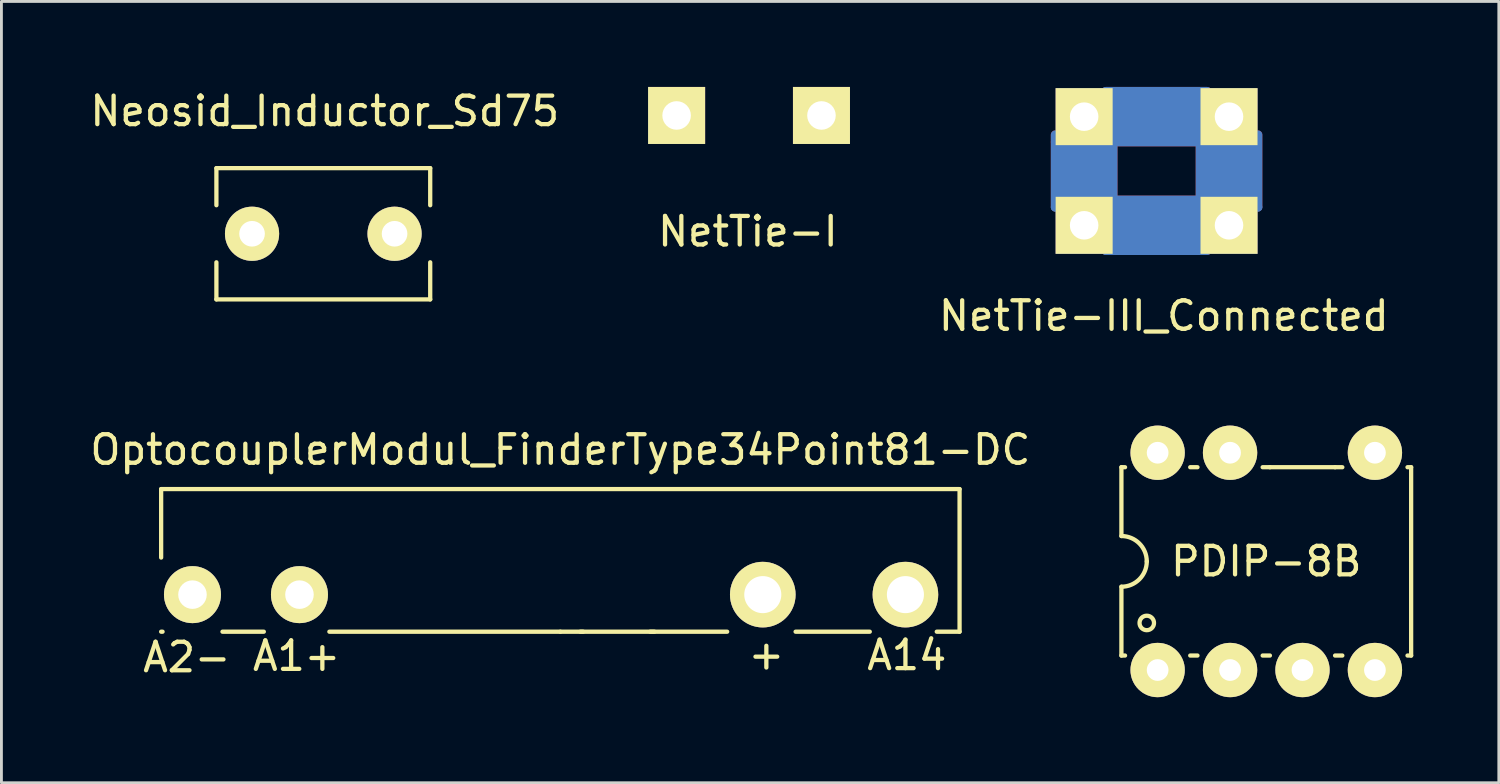
<source format=kicad_pcb>
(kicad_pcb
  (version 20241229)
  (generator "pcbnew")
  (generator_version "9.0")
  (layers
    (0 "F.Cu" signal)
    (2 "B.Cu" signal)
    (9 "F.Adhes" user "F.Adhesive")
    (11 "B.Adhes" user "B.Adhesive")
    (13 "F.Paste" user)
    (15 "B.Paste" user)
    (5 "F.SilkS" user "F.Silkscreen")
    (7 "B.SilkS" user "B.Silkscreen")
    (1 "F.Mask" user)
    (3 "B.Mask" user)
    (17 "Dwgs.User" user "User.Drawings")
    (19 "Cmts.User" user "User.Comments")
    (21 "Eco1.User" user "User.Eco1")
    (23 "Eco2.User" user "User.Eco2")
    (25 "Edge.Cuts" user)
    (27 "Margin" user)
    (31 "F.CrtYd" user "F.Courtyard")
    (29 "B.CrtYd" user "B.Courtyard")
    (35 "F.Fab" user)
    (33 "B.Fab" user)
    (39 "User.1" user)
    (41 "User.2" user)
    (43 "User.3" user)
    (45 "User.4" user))
  (footprint "NetTie-III_Connected"
    (layer "F.Cu")
    (at 37.51 2.946)
    (property "Reference" "NetTie-III_Connected" (at 0.254 5.08 0) (layer "F.SilkS") (effects (font (size 1 1) (thickness 0.15))))
    (attr through_hole)
    (fp_line (start -3.556 -1.016) (end -3.556 -1.27) (stroke (width 0.305) (type solid)) (layer "F.Cu"))
    (fp_line (start -3.556 -1.016) (end -3.556 1.27) (stroke (width 0.305) (type solid)) (layer "F.Cu"))
    (fp_line (start -3.302 -1.27) (end -3.302 1.27) (stroke (width 0.305) (type solid)) (layer "F.Cu"))
    (fp_line (start -3.048 -1.27) (end -3.048 1.27) (stroke (width 0.305) (type solid)) (layer "F.Cu"))
    (fp_line (start -2.794 -1.27) (end -2.794 1.27) (stroke (width 0.305) (type solid)) (layer "F.Cu"))
    (fp_line (start -2.54 -1.016) (end -2.54 1.016) (stroke (width 0.305) (type solid)) (layer "F.Cu"))
    (fp_line (start -2.286 -1.27) (end -2.286 1.27) (stroke (width 0.305) (type solid)) (layer "F.Cu"))
    (fp_line (start -2.032 1.27) (end -2.032 -1.27) (stroke (width 0.305) (type solid)) (layer "F.Cu"))
    (fp_line (start -1.778 -2.794) (end 1.778 -2.794) (stroke (width 0.305) (type solid)) (layer "F.Cu"))
    (fp_line (start -1.778 -2.54) (end 1.778 -2.54) (stroke (width 0.305) (type solid)) (layer "F.Cu"))
    (fp_line (start -1.778 -2.286) (end 1.778 -2.286) (stroke (width 0.305) (type solid)) (layer "F.Cu"))
    (fp_line (start -1.778 -2.032) (end 1.778 -2.032) (stroke (width 0.305) (type solid)) (layer "F.Cu"))
    (fp_line (start -1.778 -1.778) (end 1.778 -1.778) (stroke (width 0.305) (type solid)) (layer "F.Cu"))
    (fp_line (start -1.778 -1.524) (end 1.778 -1.524) (stroke (width 0.305) (type solid)) (layer "F.Cu"))
    (fp_line (start -1.778 -1.27) (end -1.778 1.27) (stroke (width 0.305) (type solid)) (layer "F.Cu"))
    (fp_line (start -1.778 -1.27) (end 1.778 -1.27) (stroke (width 0.305) (type solid)) (layer "F.Cu"))
    (fp_line (start -1.778 -1.016) (end 1.778 -1.016) (stroke (width 0.305) (type solid)) (layer "F.Cu"))
    (fp_line (start -1.778 1.016) (end -1.524 1.016) (stroke (width 0.305) (type solid)) (layer "F.Cu"))
    (fp_line (start -1.778 1.27) (end 1.778 1.27) (stroke (width 0.305) (type solid)) (layer "F.Cu"))
    (fp_line (start -1.778 1.524) (end 1.778 1.524) (stroke (width 0.305) (type solid)) (layer "F.Cu"))
    (fp_line (start -1.778 1.778) (end 1.778 1.778) (stroke (width 0.305) (type solid)) (layer "F.Cu"))
    (fp_line (start -1.778 2.032) (end 1.778 2.032) (stroke (width 0.305) (type solid)) (layer "F.Cu"))
    (fp_line (start -1.778 2.286) (end 1.778 2.286) (stroke (width 0.305) (type solid)) (layer "F.Cu"))
    (fp_line (start -1.778 2.794) (end 1.778 2.794) (stroke (width 0.305) (type solid)) (layer "F.Cu"))
    (fp_line (start -1.524 1.016) (end 1.778 1.016) (stroke (width 0.305) (type solid)) (layer "F.Cu"))
    (fp_line (start -1.524 1.27) (end -1.524 -1.27) (stroke (width 0.305) (type solid)) (layer "F.Cu"))
    (fp_line (start 1.524 1.27) (end 1.524 -1.27) (stroke (width 0.305) (type solid)) (layer "F.Cu"))
    (fp_line (start 1.778 -1.27) (end 1.778 1.27) (stroke (width 0.305) (type solid)) (layer "F.Cu"))
    (fp_line (start 1.778 2.54) (end -1.778 2.54) (stroke (width 0.305) (type solid)) (layer "F.Cu"))
    (fp_line (start 2.032 1.27) (end 2.032 -1.27) (stroke (width 0.305) (type solid)) (layer "F.Cu"))
    (fp_line (start 2.286 -1.27) (end 2.286 1.27) (stroke (width 0.305) (type solid)) (layer "F.Cu"))
    (fp_line (start 2.54 -1.016) (end 2.54 1.016) (stroke (width 0.305) (type solid)) (layer "F.Cu"))
    (fp_line (start 2.794 -1.27) (end 2.794 1.27) (stroke (width 0.305) (type solid)) (layer "F.Cu"))
    (fp_line (start 3.048 1.27) (end 3.048 -1.27) (stroke (width 0.305) (type solid)) (layer "F.Cu"))
    (fp_line (start 3.302 -1.27) (end 3.302 1.27) (stroke (width 0.305) (type solid)) (layer "F.Cu"))
    (fp_line (start 3.556 1.27) (end 3.556 -1.27) (stroke (width 0.305) (type solid)) (layer "F.Cu"))
    (fp_line (start -3.556 -1.27) (end -3.556 1.27) (stroke (width 0.305) (type solid)) (layer "B.Cu"))
    (fp_line (start -3.556 1.27) (end -3.302 1.27) (stroke (width 0.305) (type solid)) (layer "B.Cu"))
    (fp_line (start -3.302 -1.27) (end -3.048 -1.27) (stroke (width 0.305) (type solid)) (layer "B.Cu"))
    (fp_line (start -3.302 1.27) (end -3.302 -1.27) (stroke (width 0.305) (type solid)) (layer "B.Cu"))
    (fp_line (start -3.048 -1.27) (end -3.048 1.27) (stroke (width 0.305) (type solid)) (layer "B.Cu"))
    (fp_line (start -3.048 1.27) (end -2.794 1.27) (stroke (width 0.305) (type solid)) (layer "B.Cu"))
    (fp_line (start -2.794 1.27) (end -2.794 -1.27) (stroke (width 0.305) (type solid)) (layer "B.Cu"))
    (fp_line (start -2.54 -1.016) (end -2.54 1.016) (stroke (width 0.305) (type solid)) (layer "B.Cu"))
    (fp_line (start -2.286 -1.27) (end -2.032 -1.27) (stroke (width 0.305) (type solid)) (layer "B.Cu"))
    (fp_line (start -2.286 1.27) (end -2.286 -1.27) (stroke (width 0.305) (type solid)) (layer "B.Cu"))
    (fp_line (start -2.032 -1.27) (end -2.032 1.27) (stroke (width 0.305) (type solid)) (layer "B.Cu"))
    (fp_line (start -2.032 1.27) (end -1.778 1.27) (stroke (width 0.305) (type solid)) (layer "B.Cu"))
    (fp_line (start -1.778 -2.794) (end -1.778 -2.54) (stroke (width 0.305) (type solid)) (layer "B.Cu"))
    (fp_line (start -1.778 -2.54) (end 1.778 -2.54) (stroke (width 0.305) (type solid)) (layer "B.Cu"))
    (fp_line (start -1.778 -2.286) (end -1.778 -2.032) (stroke (width 0.305) (type solid)) (layer "B.Cu"))
    (fp_line (start -1.778 -2.032) (end 1.778 -2.032) (stroke (width 0.305) (type solid)) (layer "B.Cu"))
    (fp_line (start -1.778 -1.778) (end -1.778 -1.524) (stroke (width 0.305) (type solid)) (layer "B.Cu"))
    (fp_line (start -1.778 -1.524) (end 1.524 -1.524) (stroke (width 0.305) (type solid)) (layer "B.Cu"))
    (fp_line (start -1.778 -1.27) (end -1.778 -1.016) (stroke (width 0.305) (type solid)) (layer "B.Cu"))
    (fp_line (start -1.778 -1.27) (end -1.524 -1.27) (stroke (width 0.305) (type solid)) (layer "B.Cu"))
    (fp_line (start -1.778 -1.016) (end 1.778 -1.016) (stroke (width 0.305) (type solid)) (layer "B.Cu"))
    (fp_line (start -1.778 1.016) (end 1.778 1.016) (stroke (width 0.305) (type solid)) (layer "B.Cu"))
    (fp_line (start -1.778 1.27) (end -1.778 -1.27) (stroke (width 0.305) (type solid)) (layer "B.Cu"))
    (fp_line (start -1.778 1.27) (end -1.778 1.016) (stroke (width 0.305) (type solid)) (layer "B.Cu"))
    (fp_line (start -1.778 1.524) (end 1.778 1.524) (stroke (width 0.305) (type solid)) (layer "B.Cu"))
    (fp_line (start -1.778 1.778) (end -1.778 1.524) (stroke (width 0.305) (type solid)) (layer "B.Cu"))
    (fp_line (start -1.778 2.032) (end 1.778 2.032) (stroke (width 0.305) (type solid)) (layer "B.Cu"))
    (fp_line (start -1.778 2.286) (end -1.778 2.032) (stroke (width 0.305) (type solid)) (layer "B.Cu"))
    (fp_line (start -1.778 2.54) (end 1.778 2.54) (stroke (width 0.305) (type solid)) (layer "B.Cu"))
    (fp_line (start -1.778 2.794) (end -1.778 2.54) (stroke (width 0.305) (type solid)) (layer "B.Cu"))
    (fp_line (start -1.524 -1.27) (end -1.524 1.27) (stroke (width 0.305) (type solid)) (layer "B.Cu"))
    (fp_line (start 1.524 -1.524) (end 1.778 -1.524) (stroke (width 0.305) (type solid)) (layer "B.Cu"))
    (fp_line (start 1.524 -1.27) (end 1.524 1.27) (stroke (width 0.305) (type solid)) (layer "B.Cu"))
    (fp_line (start 1.524 1.27) (end 1.778 1.27) (stroke (width 0.305) (type solid)) (layer "B.Cu"))
    (fp_line (start 1.778 -2.794) (end -1.778 -2.794) (stroke (width 0.305) (type solid)) (layer "B.Cu"))
    (fp_line (start 1.778 -2.54) (end 1.778 -2.286) (stroke (width 0.305) (type solid)) (layer "B.Cu"))
    (fp_line (start 1.778 -2.286) (end -1.778 -2.286) (stroke (width 0.305) (type solid)) (layer "B.Cu"))
    (fp_line (start 1.778 -2.032) (end 1.778 -1.778) (stroke (width 0.305) (type solid)) (layer "B.Cu"))
    (fp_line (start 1.778 -1.778) (end -1.778 -1.778) (stroke (width 0.305) (type solid)) (layer "B.Cu"))
    (fp_line (start 1.778 -1.524) (end 1.778 -1.27) (stroke (width 0.305) (type solid)) (layer "B.Cu"))
    (fp_line (start 1.778 -1.27) (end -1.778 -1.27) (stroke (width 0.305) (type solid)) (layer "B.Cu"))
    (fp_line (start 1.778 -1.27) (end 2.032 -1.27) (stroke (width 0.305) (type solid)) (layer "B.Cu"))
    (fp_line (start 1.778 0.762) (end 1.778 1.016) (stroke (width 0.305) (type solid)) (layer "B.Cu"))
    (fp_line (start 1.778 1.016) (end 1.778 0.762) (stroke (width 0.305) (type solid)) (layer "B.Cu"))
    (fp_line (start 1.778 1.27) (end -1.778 1.27) (stroke (width 0.305) (type solid)) (layer "B.Cu"))
    (fp_line (start 1.778 1.27) (end 1.778 -1.27) (stroke (width 0.305) (type solid)) (layer "B.Cu"))
    (fp_line (start 1.778 1.524) (end 1.778 1.27) (stroke (width 0.305) (type solid)) (layer "B.Cu"))
    (fp_line (start 1.778 1.778) (end -1.778 1.778) (stroke (width 0.305) (type solid)) (layer "B.Cu"))
    (fp_line (start 1.778 2.032) (end 1.778 1.778) (stroke (width 0.305) (type solid)) (layer "B.Cu"))
    (fp_line (start 1.778 2.286) (end -1.778 2.286) (stroke (width 0.305) (type solid)) (layer "B.Cu"))
    (fp_line (start 1.778 2.54) (end 1.778 2.286) (stroke (width 0.305) (type solid)) (layer "B.Cu"))
    (fp_line (start 1.778 2.794) (end -1.778 2.794) (stroke (width 0.305) (type solid)) (layer "B.Cu"))
    (fp_line (start 2.032 -1.27) (end 2.032 1.27) (stroke (width 0.305) (type solid)) (layer "B.Cu"))
    (fp_line (start 2.032 1.27) (end 2.286 1.27) (stroke (width 0.305) (type solid)) (layer "B.Cu"))
    (fp_line (start 2.286 1.27) (end 2.286 -1.27) (stroke (width 0.305) (type solid)) (layer "B.Cu"))
    (fp_line (start 2.54 -1.016) (end 2.54 1.016) (stroke (width 0.305) (type solid)) (layer "B.Cu"))
    (fp_line (start 2.794 1.27) (end 2.794 -1.27) (stroke (width 0.305) (type solid)) (layer "B.Cu"))
    (fp_line (start 3.048 -1.27) (end 3.048 1.27) (stroke (width 0.305) (type solid)) (layer "B.Cu"))
    (fp_line (start 3.048 1.27) (end 2.794 1.27) (stroke (width 0.305) (type solid)) (layer "B.Cu"))
    (fp_line (start 3.302 -1.27) (end 3.048 -1.27) (stroke (width 0.305) (type solid)) (layer "B.Cu"))
    (fp_line (start 3.302 1.27) (end 3.302 -1.27) (stroke (width 0.305) (type solid)) (layer "B.Cu"))
    (fp_line (start 3.556 -1.27) (end 3.556 1.27) (stroke (width 0.305) (type solid)) (layer "B.Cu"))
    (fp_line (start 3.556 1.27) (end 3.302 1.27) (stroke (width 0.305) (type solid)) (layer "B.Cu"))
    (pad "1" thru_hole rect (at -2.54 -1.905) (size 1.999 1.999) (drill 1.001) (layers "*.Cu" "*.Mask" "F.SilkS"))
    (pad "2" thru_hole rect (at -2.54 1.905) (size 1.999 1.999) (drill 1.001) (layers "*.Cu" "*.Mask" "F.SilkS"))
    (pad "3" thru_hole rect (at 2.54 -1.905) (size 1.999 1.999) (drill 1.001) (layers "*.Cu" "*.Mask" "F.SilkS"))
    (pad "4" thru_hole rect (at 2.54 1.905) (size 1.999 1.999) (drill 1.001) (layers "*.Cu" "*.Mask" "F.SilkS")))
  (footprint "NetTie-I"
    (layer "F.Cu")
    (at 23.218 0.999)
    (property "Reference" "NetTie-I" (at -0.041 4.069 0) (layer "F.SilkS") (effects (font (size 1 1) (thickness 0.15))))
    (attr through_hole)
    (pad "1" thru_hole rect (at -2.54 0) (size 1.999 1.999) (drill 1.001) (layers "*.Cu" "*.Mask" "F.SilkS"))
    (pad "2" thru_hole rect (at 2.54 0) (size 1.999 1.999) (drill 1.001) (layers "*.Cu" "*.Mask" "F.SilkS")))
  (footprint "Neosid_Inductor_Sd75"
    (layer "F.Cu")
    (at 8.288 5.148)
    (property "Reference" "Neosid_Inductor_Sd75" (at 0.051 -4.3 0) (layer "F.SilkS") (effects (font (size 1 1) (thickness 0.15))))
    (attr through_hole)
    (fp_line (start -3.749 -2.301) (end -3.749 -1.001) (stroke (width 0.15) (type solid)) (layer "F.SilkS"))
    (fp_line (start -3.749 1.001) (end -3.749 2.301) (stroke (width 0.15) (type solid)) (layer "F.SilkS"))
    (fp_line (start 3.749 -2.301) (end -3.749 -2.301) (stroke (width 0.15) (type solid)) (layer "F.SilkS"))
    (fp_line (start 3.749 -2.301) (end 3.749 -1.001) (stroke (width 0.15) (type solid)) (layer "F.SilkS"))
    (fp_line (start 3.749 1.001) (end 3.749 2.301) (stroke (width 0.15) (type solid)) (layer "F.SilkS"))
    (fp_line (start 3.749 2.301) (end -3.749 2.301) (stroke (width 0.15) (type solid)) (layer "F.SilkS"))
    (pad "1" thru_hole circle (at -2.499 0) (size 1.9 1.9) (drill 0.899) (layers "*.Cu" "*.Mask" "F.SilkS"))
    (pad "2" thru_hole circle (at 2.499 0) (size 1.9 1.9) (drill 0.899) (layers "*.Cu" "*.Mask" "F.SilkS")))
  (footprint "PDIP-8B"
    (layer "F.Cu")
    (at 41.357 16.637)
    (property "Reference" "PDIP-8B" (at 0 0 0) (layer "F.SilkS") (effects (font (size 1 1) (thickness 0.15))))
    (attr through_hole)
    (fp_line (start -5.08 -3.302) (end -4.953 -3.302) (stroke (width 0.15) (type solid)) (layer "F.SilkS"))
    (fp_line (start -5.08 -0.889) (end -5.08 -3.302) (stroke (width 0.15) (type solid)) (layer "F.SilkS"))
    (fp_line (start -5.08 0.889) (end -5.08 3.302) (stroke (width 0.15) (type solid)) (layer "F.SilkS"))
    (fp_line (start -5.08 3.302) (end -4.953 3.302) (stroke (width 0.15) (type solid)) (layer "F.SilkS"))
    (fp_line (start -2.667 -3.302) (end -2.413 -3.302) (stroke (width 0.15) (type solid)) (layer "F.SilkS"))
    (fp_line (start -2.667 3.302) (end -2.413 3.302) (stroke (width 0.15) (type solid)) (layer "F.SilkS"))
    (fp_line (start -0.127 -3.302) (end 0.127 -3.302) (stroke (width 0.15) (type solid)) (layer "F.SilkS"))
    (fp_line (start -0.127 3.302) (end 0.127 3.302) (stroke (width 0.15) (type solid)) (layer "F.SilkS"))
    (fp_line (start 2.413 -3.302) (end 0.127 -3.302) (stroke (width 0.15) (type solid)) (layer "F.SilkS"))
    (fp_line (start 2.413 -3.302) (end 2.667 -3.302) (stroke (width 0.15) (type solid)) (layer "F.SilkS"))
    (fp_line (start 2.413 3.302) (end 2.667 3.302) (stroke (width 0.15) (type solid)) (layer "F.SilkS"))
    (fp_line (start 5.08 -3.302) (end 4.953 -3.302) (stroke (width 0.15) (type solid)) (layer "F.SilkS"))
    (fp_line (start 5.08 3.302) (end 4.953 3.302) (stroke (width 0.15) (type solid)) (layer "F.SilkS"))
    (fp_line (start 5.08 3.302) (end 5.08 -3.302) (stroke (width 0.15) (type solid)) (layer "F.SilkS"))
    (fp_arc (start -5.08 -0.889) (mid -4.451382 -0.628618) (end -4.191 0) (stroke (width 0.15) (type solid)) (layer "F.SilkS"))
    (fp_arc (start -4.191 0) (mid -4.451382 0.628618) (end -5.08 0.889) (stroke (width 0.15) (type solid)) (layer "F.SilkS"))
    (fp_circle (center -4.191 2.159) (end -3.937 2.159) (stroke (width 0.15) (type solid)) (fill no) (layer "F.SilkS"))
    (pad "1" thru_hole circle (at -3.81 3.81) (size 1.905 1.905) (drill 0.762) (layers "*.Cu" "*.Mask" "F.SilkS"))
    (pad "2" thru_hole circle (at -1.27 3.81) (size 1.905 1.905) (drill 0.762) (layers "*.Cu" "*.Mask" "F.SilkS"))
    (pad "3" thru_hole circle (at 1.27 3.81) (size 1.905 1.905) (drill 0.762) (layers "*.Cu" "*.Mask" "F.SilkS"))
    (pad "4" thru_hole circle (at 3.81 3.81) (size 1.905 1.905) (drill 0.762) (layers "*.Cu" "*.Mask" "F.SilkS"))
    (pad "5" thru_hole circle (at 3.81 -3.81) (size 1.905 1.905) (drill 0.762) (layers "*.Cu" "*.Mask" "F.SilkS"))
    (pad "7" thru_hole circle (at -1.27 -3.81) (size 1.905 1.905) (drill 0.762) (layers "*.Cu" "*.Mask" "F.SilkS"))
    (pad "8" thru_hole circle (at -3.81 -3.81) (size 1.905 1.905) (drill 0.762) (layers "*.Cu" "*.Mask" "F.SilkS")))
  (footprint "OptocouplerModul_FinderType34Point81-DC"
    (layer "F.Cu")
    (at 16.601 17.803)
    (property "Reference" "OptocouplerModul_FinderType34Point81-DC" (at 0 -5.08 0) (layer "F.SilkS") (effects (font (size 1 1) (thickness 0.15))))
    (attr through_hole)
    (fp_line (start -14 -3.701) (end -14 -1.3) (stroke (width 0.15) (type solid)) (layer "F.SilkS"))
    (fp_line (start -14 1.3) (end -13.95 1.3) (stroke (width 0.15) (type solid)) (layer "F.SilkS"))
    (fp_line (start -11.849 1.3) (end -10.399 1.3) (stroke (width 0.15) (type solid)) (layer "F.SilkS"))
    (fp_line (start -8.1 1.3) (end 0 1.3) (stroke (width 0.15) (type solid)) (layer "F.SilkS"))
    (fp_line (start 0 1.3) (end 0.8 1.3) (stroke (width 0.15) (type solid)) (layer "F.SilkS"))
    (fp_line (start 3.15 1.3) (end 5.85 1.3) (stroke (width 0.15) (type solid)) (layer "F.SilkS"))
    (fp_line (start 3.299 1.3) (end 0.701 1.3) (stroke (width 0.15) (type solid)) (layer "F.SilkS"))
    (fp_line (start 8.25 1.3) (end 10.851 1.3) (stroke (width 0.15) (type solid)) (layer "F.SilkS"))
    (fp_line (start 13.2 1.3) (end 14 1.3) (stroke (width 0.15) (type solid)) (layer "F.SilkS"))
    (fp_line (start 14 -3.701) (end -14 -3.701) (stroke (width 0.15) (type solid)) (layer "F.SilkS"))
    (fp_line (start 14 1.3) (end 14 -3.701) (stroke (width 0.15) (type solid)) (layer "F.SilkS"))
    (fp_text user "+" (at 7.224 2.101 0) (layer "F.SilkS") (effects (font (size 1 1) (thickness 0.15))))
    (fp_text user "A2-" (at -13.101 2.197 0) (layer "F.SilkS") (effects (font (size 1 1) (thickness 0.15))))
    (fp_text user "A14" (at 12.149 2.123 0) (layer "F.SilkS") (effects (font (size 1 1) (thickness 0.15))))
    (fp_text user "A1+" (at -9.251 2.149 0) (layer "F.SilkS") (effects (font (size 1 1) (thickness 0.15))))
    (pad "11" thru_hole circle (at 7.099 0) (size 2.301 2.301) (drill 1.3) (layers "*.Cu" "*.Mask" "F.SilkS"))
    (pad "14" thru_hole circle (at 12.101 0) (size 2.301 2.301) (drill 1.3) (layers "*.Cu" "*.Mask" "F.SilkS"))
    (pad "A1" thru_hole circle (at -9.149 0) (size 1.999 1.999) (drill 1.001) (layers "*.Cu" "*.Mask" "F.SilkS"))
    (pad "A2" thru_hole circle (at -12.901 0) (size 1.999 1.999) (drill 1.001) (layers "*.Cu" "*.Mask" "F.SilkS")))
  (gr_rect
    (start -3 -3)
    (end 49.512 24.4)
    (stroke (width 0.1) (type default))
    (fill no)
    (layer "Edge.Cuts")))
</source>
